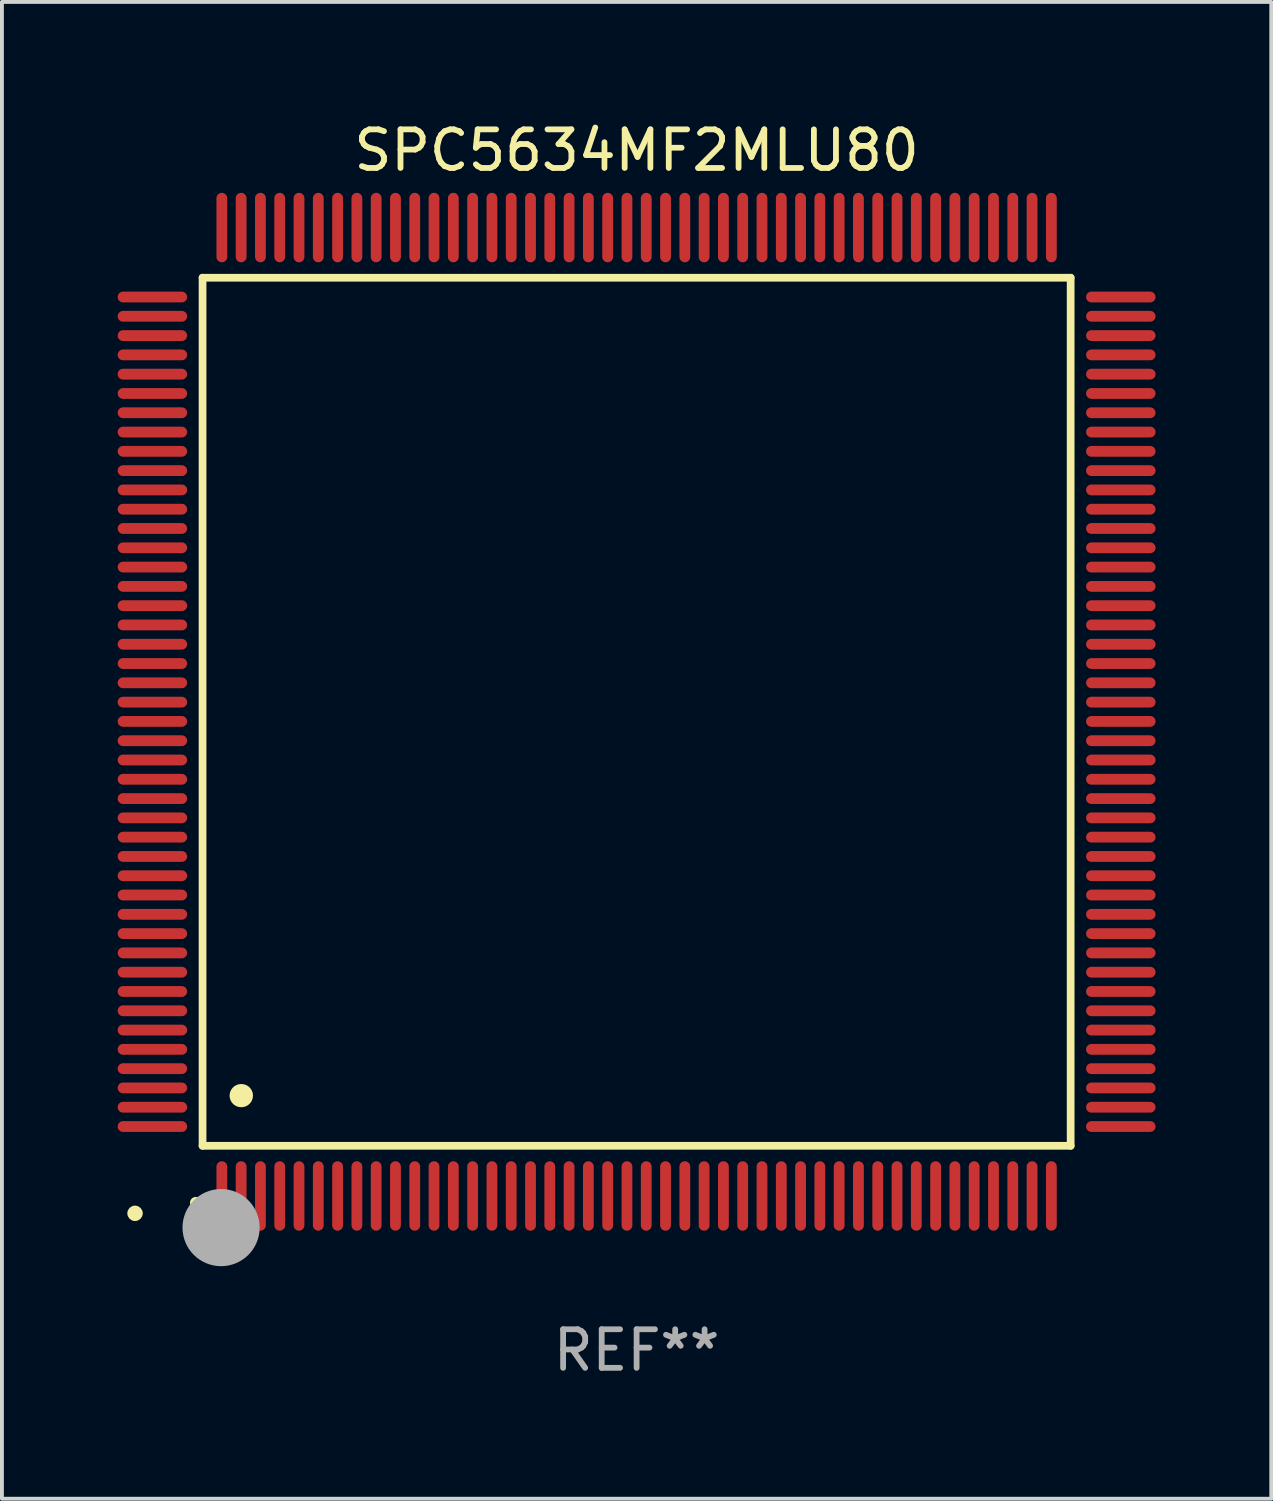
<source format=kicad_pcb>
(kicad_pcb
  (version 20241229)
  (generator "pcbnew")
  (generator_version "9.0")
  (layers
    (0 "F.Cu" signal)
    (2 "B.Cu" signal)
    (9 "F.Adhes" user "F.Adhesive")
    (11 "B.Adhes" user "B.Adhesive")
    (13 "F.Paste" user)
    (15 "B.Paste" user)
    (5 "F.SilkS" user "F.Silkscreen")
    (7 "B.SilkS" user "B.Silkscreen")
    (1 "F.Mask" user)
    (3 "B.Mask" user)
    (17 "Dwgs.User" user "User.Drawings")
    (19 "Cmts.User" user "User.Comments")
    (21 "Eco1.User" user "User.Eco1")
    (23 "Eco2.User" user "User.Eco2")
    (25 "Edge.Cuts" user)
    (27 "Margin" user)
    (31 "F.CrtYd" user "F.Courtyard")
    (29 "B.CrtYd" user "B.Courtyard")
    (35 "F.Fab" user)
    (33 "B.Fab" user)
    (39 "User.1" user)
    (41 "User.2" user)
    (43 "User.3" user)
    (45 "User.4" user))
  (footprint "SPC5634MF2MLU80"
    (layer "F.Cu")
    (at 13.45 15.398)
    (property "Reference" "SPC5634MF2MLU80" (at 0 -14.55 0) (layer "F.SilkS") (effects (font (size 1 1) (thickness 0.15))))
    (attr through_hole)
    (fp_line (start -11.25 -11.25) (end 11.25 -11.25) (stroke (width 0.2) (type solid)) (layer "F.SilkS"))
    (fp_line (start -11.25 11.25) (end -11.25 -11.25) (stroke (width 0.2) (type solid)) (layer "F.SilkS"))
    (fp_line (start 11.25 -11.25) (end 11.25 11.25) (stroke (width 0.2) (type solid)) (layer "F.SilkS"))
    (fp_line (start 11.25 11.25) (end -11.25 11.25) (stroke (width 0.2) (type solid)) (layer "F.SilkS"))
    (fp_arc (start -11.424943 12.725425) (mid -11.423673 12.72542) (end -11.422403 12.725425) (stroke (width 0.3) (type solid)) (layer "F.SilkS"))
    (fp_arc (start -10.24892 9.9492) (mid -10.24638 9.949189) (end -10.24384 9.9492) (stroke (width 0.6) (type solid)) (layer "F.SilkS"))
    (fp_circle (center -13 13) (end -12.9 13) (stroke (width 0.2) (type solid)) (fill no) (layer "F.SilkS"))
    (fp_circle (center -10.77 13.37) (end -10.27 13.37) (stroke (width 1) (type solid)) (fill no) (layer "F.Fab"))
    (fp_text user "REF**" (at 0 16.55 0) (layer "F.Fab") (effects (font (size 1 1) (thickness 0.15))))
    (pad "1" smd oval (at -10.75 12.55) (size 0.28 1.8) (layers "F.Cu" "F.Mask" "F.Paste"))
    (pad "2" smd oval (at -10.25 12.55) (size 0.28 1.8) (layers "F.Cu" "F.Mask" "F.Paste"))
    (pad "3" smd oval (at -9.75 12.55) (size 0.28 1.8) (layers "F.Cu" "F.Mask" "F.Paste"))
    (pad "4" smd oval (at -9.25 12.55) (size 0.28 1.8) (layers "F.Cu" "F.Mask" "F.Paste"))
    (pad "5" smd oval (at -8.75 12.55) (size 0.28 1.8) (layers "F.Cu" "F.Mask" "F.Paste"))
    (pad "6" smd oval (at -8.25 12.55) (size 0.28 1.8) (layers "F.Cu" "F.Mask" "F.Paste"))
    (pad "7" smd oval (at -7.75 12.55) (size 0.28 1.8) (layers "F.Cu" "F.Mask" "F.Paste"))
    (pad "8" smd oval (at -7.25 12.55) (size 0.28 1.8) (layers "F.Cu" "F.Mask" "F.Paste"))
    (pad "9" smd oval (at -6.75 12.55) (size 0.28 1.8) (layers "F.Cu" "F.Mask" "F.Paste"))
    (pad "10" smd oval (at -6.25 12.55) (size 0.28 1.8) (layers "F.Cu" "F.Mask" "F.Paste"))
    (pad "11" smd oval (at -5.75 12.55) (size 0.28 1.8) (layers "F.Cu" "F.Mask" "F.Paste"))
    (pad "12" smd oval (at -5.25 12.55) (size 0.28 1.8) (layers "F.Cu" "F.Mask" "F.Paste"))
    (pad "13" smd oval (at -4.75 12.55) (size 0.28 1.8) (layers "F.Cu" "F.Mask" "F.Paste"))
    (pad "14" smd oval (at -4.25 12.55) (size 0.28 1.8) (layers "F.Cu" "F.Mask" "F.Paste"))
    (pad "15" smd oval (at -3.75 12.55) (size 0.28 1.8) (layers "F.Cu" "F.Mask" "F.Paste"))
    (pad "16" smd oval (at -3.25 12.55) (size 0.28 1.8) (layers "F.Cu" "F.Mask" "F.Paste"))
    (pad "17" smd oval (at -2.75 12.55) (size 0.28 1.8) (layers "F.Cu" "F.Mask" "F.Paste"))
    (pad "18" smd oval (at -2.25 12.55) (size 0.28 1.8) (layers "F.Cu" "F.Mask" "F.Paste"))
    (pad "19" smd oval (at -1.75 12.55) (size 0.28 1.8) (layers "F.Cu" "F.Mask" "F.Paste"))
    (pad "20" smd oval (at -1.25 12.55) (size 0.28 1.8) (layers "F.Cu" "F.Mask" "F.Paste"))
    (pad "21" smd oval (at -0.75 12.55) (size 0.28 1.8) (layers "F.Cu" "F.Mask" "F.Paste"))
    (pad "22" smd oval (at -0.25 12.55) (size 0.28 1.8) (layers "F.Cu" "F.Mask" "F.Paste"))
    (pad "23" smd oval (at 0.25 12.55) (size 0.28 1.8) (layers "F.Cu" "F.Mask" "F.Paste"))
    (pad "24" smd oval (at 0.75 12.55) (size 0.28 1.8) (layers "F.Cu" "F.Mask" "F.Paste"))
    (pad "25" smd oval (at 1.25 12.55) (size 0.28 1.8) (layers "F.Cu" "F.Mask" "F.Paste"))
    (pad "26" smd oval (at 1.75 12.55) (size 0.28 1.8) (layers "F.Cu" "F.Mask" "F.Paste"))
    (pad "27" smd oval (at 2.25 12.55) (size 0.28 1.8) (layers "F.Cu" "F.Mask" "F.Paste"))
    (pad "28" smd oval (at 2.75 12.55) (size 0.28 1.8) (layers "F.Cu" "F.Mask" "F.Paste"))
    (pad "29" smd oval (at 3.25 12.55) (size 0.28 1.8) (layers "F.Cu" "F.Mask" "F.Paste"))
    (pad "30" smd oval (at 3.75 12.55) (size 0.28 1.8) (layers "F.Cu" "F.Mask" "F.Paste"))
    (pad "31" smd oval (at 4.25 12.55) (size 0.28 1.8) (layers "F.Cu" "F.Mask" "F.Paste"))
    (pad "32" smd oval (at 4.75 12.55) (size 0.28 1.8) (layers "F.Cu" "F.Mask" "F.Paste"))
    (pad "33" smd oval (at 5.25 12.55) (size 0.28 1.8) (layers "F.Cu" "F.Mask" "F.Paste"))
    (pad "34" smd oval (at 5.75 12.55) (size 0.28 1.8) (layers "F.Cu" "F.Mask" "F.Paste"))
    (pad "35" smd oval (at 6.25 12.55) (size 0.28 1.8) (layers "F.Cu" "F.Mask" "F.Paste"))
    (pad "36" smd oval (at 6.75 12.55) (size 0.28 1.8) (layers "F.Cu" "F.Mask" "F.Paste"))
    (pad "37" smd oval (at 7.25 12.55) (size 0.28 1.8) (layers "F.Cu" "F.Mask" "F.Paste"))
    (pad "38" smd oval (at 7.75 12.55) (size 0.28 1.8) (layers "F.Cu" "F.Mask" "F.Paste"))
    (pad "39" smd oval (at 8.25 12.55) (size 0.28 1.8) (layers "F.Cu" "F.Mask" "F.Paste"))
    (pad "40" smd oval (at 8.75 12.55) (size 0.28 1.8) (layers "F.Cu" "F.Mask" "F.Paste"))
    (pad "41" smd oval (at 9.25 12.55) (size 0.28 1.8) (layers "F.Cu" "F.Mask" "F.Paste"))
    (pad "42" smd oval (at 9.75 12.55) (size 0.28 1.8) (layers "F.Cu" "F.Mask" "F.Paste"))
    (pad "43" smd oval (at 10.25 12.55) (size 0.28 1.8) (layers "F.Cu" "F.Mask" "F.Paste"))
    (pad "44" smd oval (at 10.75 12.55) (size 0.28 1.8) (layers "F.Cu" "F.Mask" "F.Paste"))
    (pad "45" smd oval (at 12.55 10.75) (size 1.8 0.28) (layers "F.Cu" "F.Mask" "F.Paste"))
    (pad "46" smd oval (at 12.55 10.25) (size 1.8 0.28) (layers "F.Cu" "F.Mask" "F.Paste"))
    (pad "47" smd oval (at 12.55 9.75) (size 1.8 0.28) (layers "F.Cu" "F.Mask" "F.Paste"))
    (pad "48" smd oval (at 12.55 9.25) (size 1.8 0.28) (layers "F.Cu" "F.Mask" "F.Paste"))
    (pad "49" smd oval (at 12.55 8.75) (size 1.8 0.28) (layers "F.Cu" "F.Mask" "F.Paste"))
    (pad "50" smd oval (at 12.55 8.25) (size 1.8 0.28) (layers "F.Cu" "F.Mask" "F.Paste"))
    (pad "51" smd oval (at 12.55 7.75) (size 1.8 0.28) (layers "F.Cu" "F.Mask" "F.Paste"))
    (pad "52" smd oval (at 12.55 7.25) (size 1.8 0.28) (layers "F.Cu" "F.Mask" "F.Paste"))
    (pad "53" smd oval (at 12.55 6.75) (size 1.8 0.28) (layers "F.Cu" "F.Mask" "F.Paste"))
    (pad "54" smd oval (at 12.55 6.25) (size 1.8 0.28) (layers "F.Cu" "F.Mask" "F.Paste"))
    (pad "55" smd oval (at 12.55 5.75) (size 1.8 0.28) (layers "F.Cu" "F.Mask" "F.Paste"))
    (pad "56" smd oval (at 12.55 5.25) (size 1.8 0.28) (layers "F.Cu" "F.Mask" "F.Paste"))
    (pad "57" smd oval (at 12.55 4.75) (size 1.8 0.28) (layers "F.Cu" "F.Mask" "F.Paste"))
    (pad "58" smd oval (at 12.55 4.25) (size 1.8 0.28) (layers "F.Cu" "F.Mask" "F.Paste"))
    (pad "59" smd oval (at 12.55 3.75) (size 1.8 0.28) (layers "F.Cu" "F.Mask" "F.Paste"))
    (pad "60" smd oval (at 12.55 3.25) (size 1.8 0.28) (layers "F.Cu" "F.Mask" "F.Paste"))
    (pad "61" smd oval (at 12.55 2.75) (size 1.8 0.28) (layers "F.Cu" "F.Mask" "F.Paste"))
    (pad "62" smd oval (at 12.55 2.25) (size 1.8 0.28) (layers "F.Cu" "F.Mask" "F.Paste"))
    (pad "63" smd oval (at 12.55 1.75) (size 1.8 0.28) (layers "F.Cu" "F.Mask" "F.Paste"))
    (pad "64" smd oval (at 12.55 1.25) (size 1.8 0.28) (layers "F.Cu" "F.Mask" "F.Paste"))
    (pad "65" smd oval (at 12.55 0.75) (size 1.8 0.28) (layers "F.Cu" "F.Mask" "F.Paste"))
    (pad "66" smd oval (at 12.55 0.25) (size 1.8 0.28) (layers "F.Cu" "F.Mask" "F.Paste"))
    (pad "67" smd oval (at 12.55 -0.25) (size 1.8 0.28) (layers "F.Cu" "F.Mask" "F.Paste"))
    (pad "68" smd oval (at 12.55 -0.75) (size 1.8 0.28) (layers "F.Cu" "F.Mask" "F.Paste"))
    (pad "69" smd oval (at 12.55 -1.25) (size 1.8 0.28) (layers "F.Cu" "F.Mask" "F.Paste"))
    (pad "70" smd oval (at 12.55 -1.75) (size 1.8 0.28) (layers "F.Cu" "F.Mask" "F.Paste"))
    (pad "71" smd oval (at 12.55 -2.25) (size 1.8 0.28) (layers "F.Cu" "F.Mask" "F.Paste"))
    (pad "72" smd oval (at 12.55 -2.75) (size 1.8 0.28) (layers "F.Cu" "F.Mask" "F.Paste"))
    (pad "73" smd oval (at 12.55 -3.25) (size 1.8 0.28) (layers "F.Cu" "F.Mask" "F.Paste"))
    (pad "74" smd oval (at 12.55 -3.75) (size 1.8 0.28) (layers "F.Cu" "F.Mask" "F.Paste"))
    (pad "75" smd oval (at 12.55 -4.25) (size 1.8 0.28) (layers "F.Cu" "F.Mask" "F.Paste"))
    (pad "76" smd oval (at 12.55 -4.75) (size 1.8 0.28) (layers "F.Cu" "F.Mask" "F.Paste"))
    (pad "77" smd oval (at 12.55 -5.25) (size 1.8 0.28) (layers "F.Cu" "F.Mask" "F.Paste"))
    (pad "78" smd oval (at 12.55 -5.75) (size 1.8 0.28) (layers "F.Cu" "F.Mask" "F.Paste"))
    (pad "79" smd oval (at 12.55 -6.25) (size 1.8 0.28) (layers "F.Cu" "F.Mask" "F.Paste"))
    (pad "80" smd oval (at 12.55 -6.75) (size 1.8 0.28) (layers "F.Cu" "F.Mask" "F.Paste"))
    (pad "81" smd oval (at 12.55 -7.25) (size 1.8 0.28) (layers "F.Cu" "F.Mask" "F.Paste"))
    (pad "82" smd oval (at 12.55 -7.75) (size 1.8 0.28) (layers "F.Cu" "F.Mask" "F.Paste"))
    (pad "83" smd oval (at 12.55 -8.25) (size 1.8 0.28) (layers "F.Cu" "F.Mask" "F.Paste"))
    (pad "84" smd oval (at 12.55 -8.75) (size 1.8 0.28) (layers "F.Cu" "F.Mask" "F.Paste"))
    (pad "85" smd oval (at 12.55 -9.25) (size 1.8 0.28) (layers "F.Cu" "F.Mask" "F.Paste"))
    (pad "86" smd oval (at 12.55 -9.75) (size 1.8 0.28) (layers "F.Cu" "F.Mask" "F.Paste"))
    (pad "87" smd oval (at 12.55 -10.25) (size 1.8 0.28) (layers "F.Cu" "F.Mask" "F.Paste"))
    (pad "88" smd oval (at 12.55 -10.75) (size 1.8 0.28) (layers "F.Cu" "F.Mask" "F.Paste"))
    (pad "89" smd oval (at 10.75 -12.55) (size 0.28 1.8) (layers "F.Cu" "F.Mask" "F.Paste"))
    (pad "90" smd oval (at 10.25 -12.55) (size 0.28 1.8) (layers "F.Cu" "F.Mask" "F.Paste"))
    (pad "91" smd oval (at 9.75 -12.55) (size 0.28 1.8) (layers "F.Cu" "F.Mask" "F.Paste"))
    (pad "92" smd oval (at 9.25 -12.55) (size 0.28 1.8) (layers "F.Cu" "F.Mask" "F.Paste"))
    (pad "93" smd oval (at 8.75 -12.55) (size 0.28 1.8) (layers "F.Cu" "F.Mask" "F.Paste"))
    (pad "94" smd oval (at 8.25 -12.55) (size 0.28 1.8) (layers "F.Cu" "F.Mask" "F.Paste"))
    (pad "95" smd oval (at 7.75 -12.55) (size 0.28 1.8) (layers "F.Cu" "F.Mask" "F.Paste"))
    (pad "96" smd oval (at 7.25 -12.55) (size 0.28 1.8) (layers "F.Cu" "F.Mask" "F.Paste"))
    (pad "97" smd oval (at 6.75 -12.55) (size 0.28 1.8) (layers "F.Cu" "F.Mask" "F.Paste"))
    (pad "98" smd oval (at 6.25 -12.55) (size 0.28 1.8) (layers "F.Cu" "F.Mask" "F.Paste"))
    (pad "99" smd oval (at 5.75 -12.55) (size 0.28 1.8) (layers "F.Cu" "F.Mask" "F.Paste"))
    (pad "100" smd oval (at 5.25 -12.55) (size 0.28 1.8) (layers "F.Cu" "F.Mask" "F.Paste"))
    (pad "101" smd oval (at 4.75 -12.55) (size 0.28 1.8) (layers "F.Cu" "F.Mask" "F.Paste"))
    (pad "102" smd oval (at 4.25 -12.55) (size 0.28 1.8) (layers "F.Cu" "F.Mask" "F.Paste"))
    (pad "103" smd oval (at 3.75 -12.55) (size 0.28 1.8) (layers "F.Cu" "F.Mask" "F.Paste"))
    (pad "104" smd oval (at 3.25 -12.55) (size 0.28 1.8) (layers "F.Cu" "F.Mask" "F.Paste"))
    (pad "105" smd oval (at 2.75 -12.55) (size 0.28 1.8) (layers "F.Cu" "F.Mask" "F.Paste"))
    (pad "106" smd oval (at 2.25 -12.55) (size 0.28 1.8) (layers "F.Cu" "F.Mask" "F.Paste"))
    (pad "107" smd oval (at 1.75 -12.55) (size 0.28 1.8) (layers "F.Cu" "F.Mask" "F.Paste"))
    (pad "108" smd oval (at 1.25 -12.55) (size 0.28 1.8) (layers "F.Cu" "F.Mask" "F.Paste"))
    (pad "109" smd oval (at 0.75 -12.55) (size 0.28 1.8) (layers "F.Cu" "F.Mask" "F.Paste"))
    (pad "110" smd oval (at 0.25 -12.55) (size 0.28 1.8) (layers "F.Cu" "F.Mask" "F.Paste"))
    (pad "111" smd oval (at -0.25 -12.55) (size 0.28 1.8) (layers "F.Cu" "F.Mask" "F.Paste"))
    (pad "112" smd oval (at -0.75 -12.55) (size 0.28 1.8) (layers "F.Cu" "F.Mask" "F.Paste"))
    (pad "113" smd oval (at -1.25 -12.55) (size 0.28 1.8) (layers "F.Cu" "F.Mask" "F.Paste"))
    (pad "114" smd oval (at -1.75 -12.55) (size 0.28 1.8) (layers "F.Cu" "F.Mask" "F.Paste"))
    (pad "115" smd oval (at -2.25 -12.55) (size 0.28 1.8) (layers "F.Cu" "F.Mask" "F.Paste"))
    (pad "116" smd oval (at -2.75 -12.55) (size 0.28 1.8) (layers "F.Cu" "F.Mask" "F.Paste"))
    (pad "117" smd oval (at -3.25 -12.55) (size 0.28 1.8) (layers "F.Cu" "F.Mask" "F.Paste"))
    (pad "118" smd oval (at -3.75 -12.55) (size 0.28 1.8) (layers "F.Cu" "F.Mask" "F.Paste"))
    (pad "119" smd oval (at -4.25 -12.55) (size 0.28 1.8) (layers "F.Cu" "F.Mask" "F.Paste"))
    (pad "120" smd oval (at -4.75 -12.55) (size 0.28 1.8) (layers "F.Cu" "F.Mask" "F.Paste"))
    (pad "121" smd oval (at -5.25 -12.55) (size 0.28 1.8) (layers "F.Cu" "F.Mask" "F.Paste"))
    (pad "122" smd oval (at -5.75 -12.55) (size 0.28 1.8) (layers "F.Cu" "F.Mask" "F.Paste"))
    (pad "123" smd oval (at -6.25 -12.55) (size 0.28 1.8) (layers "F.Cu" "F.Mask" "F.Paste"))
    (pad "124" smd oval (at -6.75 -12.55) (size 0.28 1.8) (layers "F.Cu" "F.Mask" "F.Paste"))
    (pad "125" smd oval (at -7.25 -12.55) (size 0.28 1.8) (layers "F.Cu" "F.Mask" "F.Paste"))
    (pad "126" smd oval (at -7.75 -12.55) (size 0.28 1.8) (layers "F.Cu" "F.Mask" "F.Paste"))
    (pad "127" smd oval (at -8.25 -12.55) (size 0.28 1.8) (layers "F.Cu" "F.Mask" "F.Paste"))
    (pad "128" smd oval (at -8.75 -12.55) (size 0.28 1.8) (layers "F.Cu" "F.Mask" "F.Paste"))
    (pad "129" smd oval (at -9.25 -12.55) (size 0.28 1.8) (layers "F.Cu" "F.Mask" "F.Paste"))
    (pad "130" smd oval (at -9.75 -12.55) (size 0.28 1.8) (layers "F.Cu" "F.Mask" "F.Paste"))
    (pad "131" smd oval (at -10.25 -12.55) (size 0.28 1.8) (layers "F.Cu" "F.Mask" "F.Paste"))
    (pad "132" smd oval (at -10.75 -12.55) (size 0.28 1.8) (layers "F.Cu" "F.Mask" "F.Paste"))
    (pad "133" smd oval (at -12.55 -10.75) (size 1.8 0.28) (layers "F.Cu" "F.Mask" "F.Paste"))
    (pad "134" smd oval (at -12.55 -10.25) (size 1.8 0.28) (layers "F.Cu" "F.Mask" "F.Paste"))
    (pad "135" smd oval (at -12.55 -9.75) (size 1.8 0.28) (layers "F.Cu" "F.Mask" "F.Paste"))
    (pad "136" smd oval (at -12.55 -9.25) (size 1.8 0.28) (layers "F.Cu" "F.Mask" "F.Paste"))
    (pad "137" smd oval (at -12.55 -8.75) (size 1.8 0.28) (layers "F.Cu" "F.Mask" "F.Paste"))
    (pad "138" smd oval (at -12.55 -8.25) (size 1.8 0.28) (layers "F.Cu" "F.Mask" "F.Paste"))
    (pad "139" smd oval (at -12.55 -7.75) (size 1.8 0.28) (layers "F.Cu" "F.Mask" "F.Paste"))
    (pad "140" smd oval (at -12.55 -7.25) (size 1.8 0.28) (layers "F.Cu" "F.Mask" "F.Paste"))
    (pad "141" smd oval (at -12.55 -6.75) (size 1.8 0.28) (layers "F.Cu" "F.Mask" "F.Paste"))
    (pad "142" smd oval (at -12.55 -6.25) (size 1.8 0.28) (layers "F.Cu" "F.Mask" "F.Paste"))
    (pad "143" smd oval (at -12.55 -5.75) (size 1.8 0.28) (layers "F.Cu" "F.Mask" "F.Paste"))
    (pad "144" smd oval (at -12.55 -5.25) (size 1.8 0.28) (layers "F.Cu" "F.Mask" "F.Paste"))
    (pad "145" smd oval (at -12.55 -4.75) (size 1.8 0.28) (layers "F.Cu" "F.Mask" "F.Paste"))
    (pad "146" smd oval (at -12.55 -4.25) (size 1.8 0.28) (layers "F.Cu" "F.Mask" "F.Paste"))
    (pad "147" smd oval (at -12.55 -3.75) (size 1.8 0.28) (layers "F.Cu" "F.Mask" "F.Paste"))
    (pad "148" smd oval (at -12.55 -3.25) (size 1.8 0.28) (layers "F.Cu" "F.Mask" "F.Paste"))
    (pad "149" smd oval (at -12.55 -2.75) (size 1.8 0.28) (layers "F.Cu" "F.Mask" "F.Paste"))
    (pad "150" smd oval (at -12.55 -2.25) (size 1.8 0.28) (layers "F.Cu" "F.Mask" "F.Paste"))
    (pad "151" smd oval (at -12.55 -1.75) (size 1.8 0.28) (layers "F.Cu" "F.Mask" "F.Paste"))
    (pad "152" smd oval (at -12.55 -1.25) (size 1.8 0.28) (layers "F.Cu" "F.Mask" "F.Paste"))
    (pad "153" smd oval (at -12.55 -0.75) (size 1.8 0.28) (layers "F.Cu" "F.Mask" "F.Paste"))
    (pad "154" smd oval (at -12.55 -0.25) (size 1.8 0.28) (layers "F.Cu" "F.Mask" "F.Paste"))
    (pad "155" smd oval (at -12.55 0.25) (size 1.8 0.28) (layers "F.Cu" "F.Mask" "F.Paste"))
    (pad "156" smd oval (at -12.55 0.75) (size 1.8 0.28) (layers "F.Cu" "F.Mask" "F.Paste"))
    (pad "157" smd oval (at -12.55 1.25) (size 1.8 0.28) (layers "F.Cu" "F.Mask" "F.Paste"))
    (pad "158" smd oval (at -12.55 1.75) (size 1.8 0.28) (layers "F.Cu" "F.Mask" "F.Paste"))
    (pad "159" smd oval (at -12.55 2.25) (size 1.8 0.28) (layers "F.Cu" "F.Mask" "F.Paste"))
    (pad "160" smd oval (at -12.55 2.75) (size 1.8 0.28) (layers "F.Cu" "F.Mask" "F.Paste"))
    (pad "161" smd oval (at -12.55 3.25) (size 1.8 0.28) (layers "F.Cu" "F.Mask" "F.Paste"))
    (pad "162" smd oval (at -12.55 3.75) (size 1.8 0.28) (layers "F.Cu" "F.Mask" "F.Paste"))
    (pad "163" smd oval (at -12.55 4.25) (size 1.8 0.28) (layers "F.Cu" "F.Mask" "F.Paste"))
    (pad "164" smd oval (at -12.55 4.75) (size 1.8 0.28) (layers "F.Cu" "F.Mask" "F.Paste"))
    (pad "165" smd oval (at -12.55 5.25) (size 1.8 0.28) (layers "F.Cu" "F.Mask" "F.Paste"))
    (pad "166" smd oval (at -12.55 5.75) (size 1.8 0.28) (layers "F.Cu" "F.Mask" "F.Paste"))
    (pad "167" smd oval (at -12.55 6.25) (size 1.8 0.28) (layers "F.Cu" "F.Mask" "F.Paste"))
    (pad "168" smd oval (at -12.55 6.75) (size 1.8 0.28) (layers "F.Cu" "F.Mask" "F.Paste"))
    (pad "169" smd oval (at -12.55 7.25) (size 1.8 0.28) (layers "F.Cu" "F.Mask" "F.Paste"))
    (pad "170" smd oval (at -12.55 7.75) (size 1.8 0.28) (layers "F.Cu" "F.Mask" "F.Paste"))
    (pad "171" smd oval (at -12.55 8.25) (size 1.8 0.28) (layers "F.Cu" "F.Mask" "F.Paste"))
    (pad "172" smd oval (at -12.55 8.75) (size 1.8 0.28) (layers "F.Cu" "F.Mask" "F.Paste"))
    (pad "173" smd oval (at -12.55 9.25) (size 1.8 0.28) (layers "F.Cu" "F.Mask" "F.Paste"))
    (pad "174" smd oval (at -12.55 9.75) (size 1.8 0.28) (layers "F.Cu" "F.Mask" "F.Paste"))
    (pad "175" smd oval (at -12.55 10.25) (size 1.8 0.28) (layers "F.Cu" "F.Mask" "F.Paste"))
    (pad "176" smd oval (at -12.55 10.75) (size 1.8 0.28) (layers "F.Cu" "F.Mask" "F.Paste")))
  (gr_rect
    (start -3 -3)
    (end 29.9 35.796)
    (stroke (width 0.1) (type default))
    (fill no)
    (layer "Edge.Cuts")))
</source>
